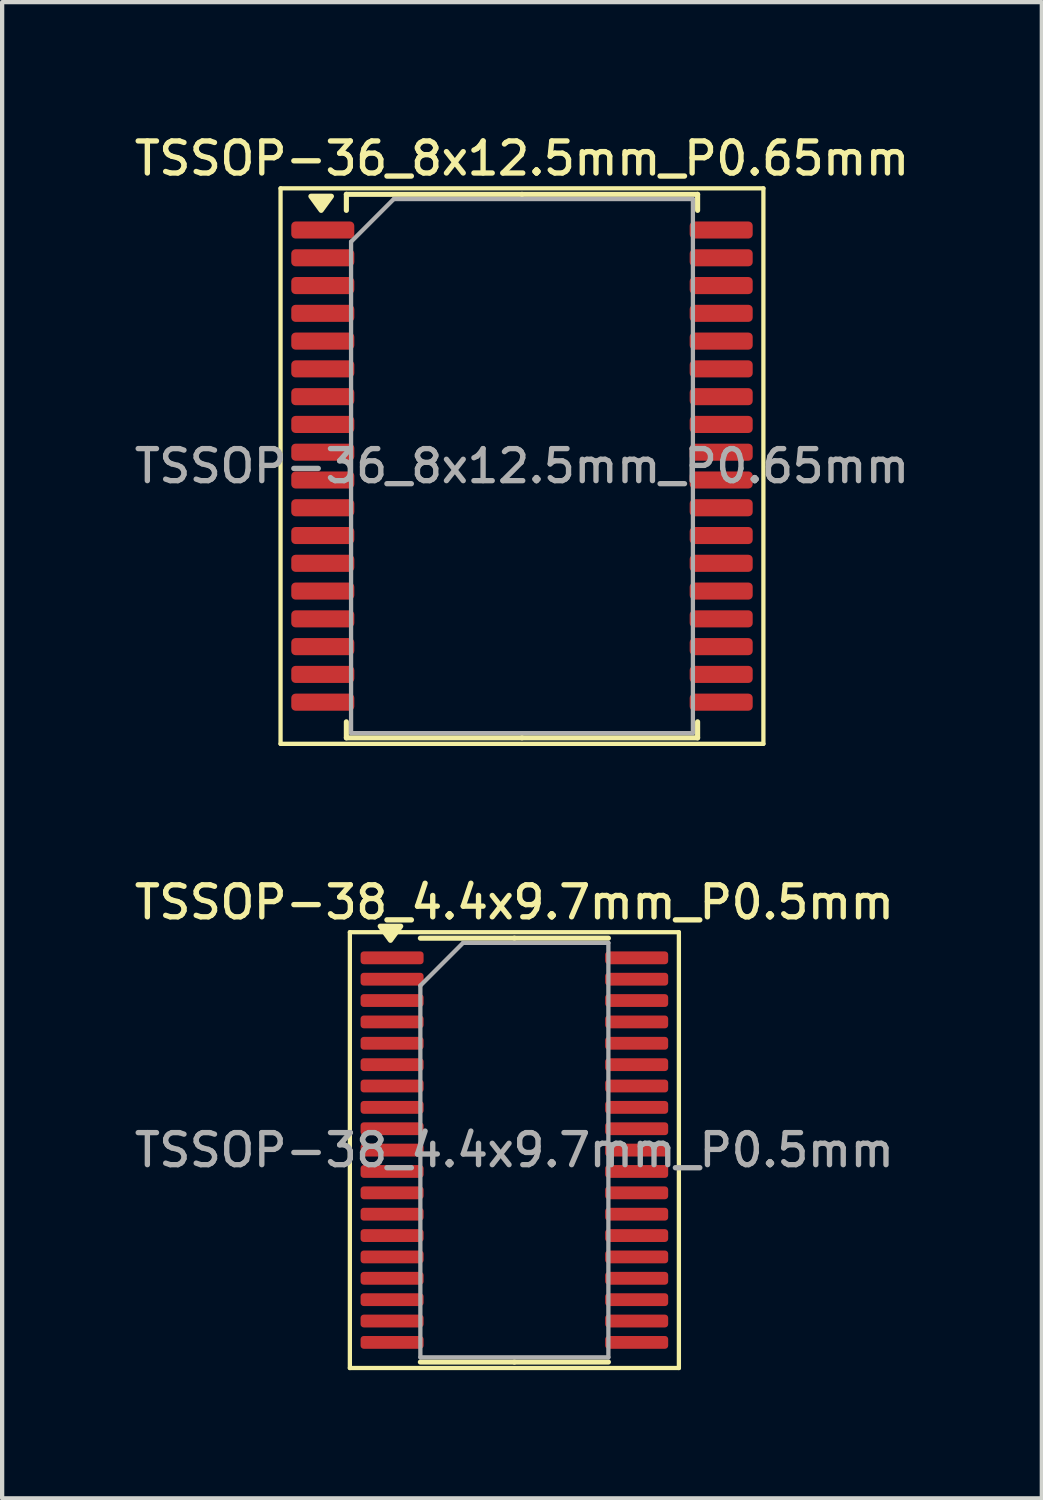
<source format=kicad_pcb>
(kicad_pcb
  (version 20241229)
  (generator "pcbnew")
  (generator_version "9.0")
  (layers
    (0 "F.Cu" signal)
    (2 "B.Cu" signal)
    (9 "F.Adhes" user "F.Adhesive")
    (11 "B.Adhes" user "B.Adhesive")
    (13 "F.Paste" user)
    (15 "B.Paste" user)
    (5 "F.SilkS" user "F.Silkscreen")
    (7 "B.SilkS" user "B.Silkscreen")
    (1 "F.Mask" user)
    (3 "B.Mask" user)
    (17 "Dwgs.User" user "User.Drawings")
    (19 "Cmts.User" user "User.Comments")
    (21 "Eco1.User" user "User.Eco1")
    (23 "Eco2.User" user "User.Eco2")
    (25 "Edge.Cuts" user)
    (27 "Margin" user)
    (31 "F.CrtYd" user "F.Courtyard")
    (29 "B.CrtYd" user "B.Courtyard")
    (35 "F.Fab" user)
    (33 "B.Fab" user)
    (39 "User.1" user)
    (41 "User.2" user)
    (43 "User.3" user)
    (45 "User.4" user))
  (footprint "TSSOP-38_4.4x9.7mm_P0.5mm"
    (layer "F.Cu")
    (at 8.988 23.866)
    (property "Reference" "TSSOP-38_4.4x9.7mm_P0.5mm" (at 0 -5.8 0) (layer "F.SilkS") (effects (font (size 0.75 0.75) (thickness 0.125))))
    (attr smd)
    (fp_line (start -3.85 -5.1) (end -3.85 5.1) (stroke (width 0.1) (type solid)) (layer "F.SilkS"))
    (fp_line (start -3.85 5.1) (end 3.85 5.1) (stroke (width 0.1) (type solid)) (layer "F.SilkS"))
    (fp_line (start 0 -4.96) (end -2.2 -4.96) (stroke (width 0.12) (type solid)) (layer "F.SilkS"))
    (fp_line (start 0 -4.96) (end 2.2 -4.96) (stroke (width 0.12) (type solid)) (layer "F.SilkS"))
    (fp_line (start 0 4.96) (end -2.2 4.96) (stroke (width 0.12) (type solid)) (layer "F.SilkS"))
    (fp_line (start 0 4.96) (end 2.2 4.96) (stroke (width 0.12) (type solid)) (layer "F.SilkS"))
    (fp_line (start 3.85 -5.1) (end -3.85 -5.1) (stroke (width 0.1) (type solid)) (layer "F.SilkS"))
    (fp_line (start 3.85 5.1) (end 3.85 -5.1) (stroke (width 0.1) (type solid)) (layer "F.SilkS"))
    (fp_poly (pts (xy -2.9 -4.91) (xy -3.14 -5.24) (xy -2.66 -5.24) (xy -2.9 -4.91)) (stroke (width 0.12) (type solid)) (fill yes) (layer "F.SilkS"))
    (fp_line (start -2.2 -3.85) (end -1.2 -4.85) (stroke (width 0.1) (type solid)) (layer "F.Fab"))
    (fp_line (start -2.2 4.85) (end -2.2 -3.85) (stroke (width 0.1) (type solid)) (layer "F.Fab"))
    (fp_line (start -1.2 -4.85) (end 2.2 -4.85) (stroke (width 0.1) (type solid)) (layer "F.Fab"))
    (fp_line (start 2.2 -4.85) (end 2.2 4.85) (stroke (width 0.1) (type solid)) (layer "F.Fab"))
    (fp_line (start 2.2 4.85) (end -2.2 4.85) (stroke (width 0.1) (type solid)) (layer "F.Fab"))
    (fp_text user "${REFERENCE}" (at 0 0 0) (layer "F.Fab") (effects (font (size 0.75 0.75) (thickness 0.125))))
    (pad "1" smd roundrect (at -2.862 -4.5) (size 1.475 0.3) (layers "F.Cu" "F.Mask" "F.Paste") (roundrect_rratio 0.25))
    (pad "2" smd roundrect (at -2.862 -4) (size 1.475 0.3) (layers "F.Cu" "F.Mask" "F.Paste") (roundrect_rratio 0.25))
    (pad "3" smd roundrect (at -2.862 -3.5) (size 1.475 0.3) (layers "F.Cu" "F.Mask" "F.Paste") (roundrect_rratio 0.25))
    (pad "4" smd roundrect (at -2.862 -3) (size 1.475 0.3) (layers "F.Cu" "F.Mask" "F.Paste") (roundrect_rratio 0.25))
    (pad "5" smd roundrect (at -2.862 -2.5) (size 1.475 0.3) (layers "F.Cu" "F.Mask" "F.Paste") (roundrect_rratio 0.25))
    (pad "6" smd roundrect (at -2.862 -2) (size 1.475 0.3) (layers "F.Cu" "F.Mask" "F.Paste") (roundrect_rratio 0.25))
    (pad "7" smd roundrect (at -2.862 -1.5) (size 1.475 0.3) (layers "F.Cu" "F.Mask" "F.Paste") (roundrect_rratio 0.25))
    (pad "8" smd roundrect (at -2.862 -1) (size 1.475 0.3) (layers "F.Cu" "F.Mask" "F.Paste") (roundrect_rratio 0.25))
    (pad "9" smd roundrect (at -2.862 -0.5) (size 1.475 0.3) (layers "F.Cu" "F.Mask" "F.Paste") (roundrect_rratio 0.25))
    (pad "10" smd roundrect (at -2.862 0) (size 1.475 0.3) (layers "F.Cu" "F.Mask" "F.Paste") (roundrect_rratio 0.25))
    (pad "11" smd roundrect (at -2.862 0.5) (size 1.475 0.3) (layers "F.Cu" "F.Mask" "F.Paste") (roundrect_rratio 0.25))
    (pad "12" smd roundrect (at -2.862 1) (size 1.475 0.3) (layers "F.Cu" "F.Mask" "F.Paste") (roundrect_rratio 0.25))
    (pad "13" smd roundrect (at -2.862 1.5) (size 1.475 0.3) (layers "F.Cu" "F.Mask" "F.Paste") (roundrect_rratio 0.25))
    (pad "14" smd roundrect (at -2.862 2) (size 1.475 0.3) (layers "F.Cu" "F.Mask" "F.Paste") (roundrect_rratio 0.25))
    (pad "15" smd roundrect (at -2.862 2.5) (size 1.475 0.3) (layers "F.Cu" "F.Mask" "F.Paste") (roundrect_rratio 0.25))
    (pad "16" smd roundrect (at -2.862 3) (size 1.475 0.3) (layers "F.Cu" "F.Mask" "F.Paste") (roundrect_rratio 0.25))
    (pad "17" smd roundrect (at -2.862 3.5) (size 1.475 0.3) (layers "F.Cu" "F.Mask" "F.Paste") (roundrect_rratio 0.25))
    (pad "18" smd roundrect (at -2.862 4) (size 1.475 0.3) (layers "F.Cu" "F.Mask" "F.Paste") (roundrect_rratio 0.25))
    (pad "19" smd roundrect (at -2.862 4.5) (size 1.475 0.3) (layers "F.Cu" "F.Mask" "F.Paste") (roundrect_rratio 0.25))
    (pad "20" smd roundrect (at 2.862 4.5) (size 1.475 0.3) (layers "F.Cu" "F.Mask" "F.Paste") (roundrect_rratio 0.25))
    (pad "21" smd roundrect (at 2.862 4) (size 1.475 0.3) (layers "F.Cu" "F.Mask" "F.Paste") (roundrect_rratio 0.25))
    (pad "22" smd roundrect (at 2.862 3.5) (size 1.475 0.3) (layers "F.Cu" "F.Mask" "F.Paste") (roundrect_rratio 0.25))
    (pad "23" smd roundrect (at 2.862 3) (size 1.475 0.3) (layers "F.Cu" "F.Mask" "F.Paste") (roundrect_rratio 0.25))
    (pad "24" smd roundrect (at 2.862 2.5) (size 1.475 0.3) (layers "F.Cu" "F.Mask" "F.Paste") (roundrect_rratio 0.25))
    (pad "25" smd roundrect (at 2.862 2) (size 1.475 0.3) (layers "F.Cu" "F.Mask" "F.Paste") (roundrect_rratio 0.25))
    (pad "26" smd roundrect (at 2.862 1.5) (size 1.475 0.3) (layers "F.Cu" "F.Mask" "F.Paste") (roundrect_rratio 0.25))
    (pad "27" smd roundrect (at 2.862 1) (size 1.475 0.3) (layers "F.Cu" "F.Mask" "F.Paste") (roundrect_rratio 0.25))
    (pad "28" smd roundrect (at 2.862 0.5) (size 1.475 0.3) (layers "F.Cu" "F.Mask" "F.Paste") (roundrect_rratio 0.25))
    (pad "29" smd roundrect (at 2.862 0) (size 1.475 0.3) (layers "F.Cu" "F.Mask" "F.Paste") (roundrect_rratio 0.25))
    (pad "30" smd roundrect (at 2.862 -0.5) (size 1.475 0.3) (layers "F.Cu" "F.Mask" "F.Paste") (roundrect_rratio 0.25))
    (pad "31" smd roundrect (at 2.862 -1) (size 1.475 0.3) (layers "F.Cu" "F.Mask" "F.Paste") (roundrect_rratio 0.25))
    (pad "32" smd roundrect (at 2.862 -1.5) (size 1.475 0.3) (layers "F.Cu" "F.Mask" "F.Paste") (roundrect_rratio 0.25))
    (pad "33" smd roundrect (at 2.862 -2) (size 1.475 0.3) (layers "F.Cu" "F.Mask" "F.Paste") (roundrect_rratio 0.25))
    (pad "34" smd roundrect (at 2.862 -2.5) (size 1.475 0.3) (layers "F.Cu" "F.Mask" "F.Paste") (roundrect_rratio 0.25))
    (pad "35" smd roundrect (at 2.862 -3) (size 1.475 0.3) (layers "F.Cu" "F.Mask" "F.Paste") (roundrect_rratio 0.25))
    (pad "36" smd roundrect (at 2.862 -3.5) (size 1.475 0.3) (layers "F.Cu" "F.Mask" "F.Paste") (roundrect_rratio 0.25))
    (pad "37" smd roundrect (at 2.862 -4) (size 1.475 0.3) (layers "F.Cu" "F.Mask" "F.Paste") (roundrect_rratio 0.25))
    (pad "38" smd roundrect (at 2.862 -4.5) (size 1.475 0.3) (layers "F.Cu" "F.Mask" "F.Paste") (roundrect_rratio 0.25)))
  (footprint "TSSOP-36_8x12.5mm_P0.65mm"
    (layer "F.Cu")
    (at 9.166 7.858)
    (property "Reference" "TSSOP-36_8x12.5mm_P0.65mm" (at 0 -7.2 0) (layer "F.SilkS") (effects (font (size 0.75 0.75) (thickness 0.125))))
    (attr smd)
    (fp_line (start -5.65 -6.5) (end -5.65 6.5) (stroke (width 0.1) (type solid)) (layer "F.SilkS"))
    (fp_line (start -5.65 6.5) (end 5.65 6.5) (stroke (width 0.1) (type solid)) (layer "F.SilkS"))
    (fp_line (start -4.11 -6.36) (end -4.11 -5.985) (stroke (width 0.12) (type solid)) (layer "F.SilkS"))
    (fp_line (start -4.11 6.36) (end -4.11 5.985) (stroke (width 0.12) (type solid)) (layer "F.SilkS"))
    (fp_line (start 0 -6.36) (end -4.11 -6.36) (stroke (width 0.12) (type solid)) (layer "F.SilkS"))
    (fp_line (start 0 -6.36) (end 4.11 -6.36) (stroke (width 0.12) (type solid)) (layer "F.SilkS"))
    (fp_line (start 0 6.36) (end -4.11 6.36) (stroke (width 0.12) (type solid)) (layer "F.SilkS"))
    (fp_line (start 0 6.36) (end 4.11 6.36) (stroke (width 0.12) (type solid)) (layer "F.SilkS"))
    (fp_line (start 4.11 -6.36) (end 4.11 -5.985) (stroke (width 0.12) (type solid)) (layer "F.SilkS"))
    (fp_line (start 4.11 6.36) (end 4.11 5.985) (stroke (width 0.12) (type solid)) (layer "F.SilkS"))
    (fp_line (start 5.65 -6.5) (end -5.65 -6.5) (stroke (width 0.1) (type solid)) (layer "F.SilkS"))
    (fp_line (start 5.65 6.5) (end 5.65 -6.5) (stroke (width 0.1) (type solid)) (layer "F.SilkS"))
    (fp_poly (pts (xy -4.7 -5.985) (xy -4.94 -6.315) (xy -4.46 -6.315) (xy -4.7 -5.985)) (stroke (width 0.12) (type solid)) (fill yes) (layer "F.SilkS"))
    (fp_line (start -4 -5.25) (end -3 -6.25) (stroke (width 0.1) (type solid)) (layer "F.Fab"))
    (fp_line (start -4 6.25) (end -4 -5.25) (stroke (width 0.1) (type solid)) (layer "F.Fab"))
    (fp_line (start -3 -6.25) (end 4 -6.25) (stroke (width 0.1) (type solid)) (layer "F.Fab"))
    (fp_line (start 4 -6.25) (end 4 6.25) (stroke (width 0.1) (type solid)) (layer "F.Fab"))
    (fp_line (start 4 6.25) (end -4 6.25) (stroke (width 0.1) (type solid)) (layer "F.Fab"))
    (fp_text user "${REFERENCE}" (at 0 0 0) (layer "F.Fab") (effects (font (size 0.75 0.75) (thickness 0.125))))
    (pad "1" smd roundrect (at -4.662 -5.525) (size 1.475 0.4) (layers "F.Cu" "F.Mask" "F.Paste") (roundrect_rratio 0.25))
    (pad "2" smd roundrect (at -4.662 -4.875) (size 1.475 0.4) (layers "F.Cu" "F.Mask" "F.Paste") (roundrect_rratio 0.25))
    (pad "3" smd roundrect (at -4.662 -4.225) (size 1.475 0.4) (layers "F.Cu" "F.Mask" "F.Paste") (roundrect_rratio 0.25))
    (pad "4" smd roundrect (at -4.662 -3.575) (size 1.475 0.4) (layers "F.Cu" "F.Mask" "F.Paste") (roundrect_rratio 0.25))
    (pad "5" smd roundrect (at -4.662 -2.925) (size 1.475 0.4) (layers "F.Cu" "F.Mask" "F.Paste") (roundrect_rratio 0.25))
    (pad "6" smd roundrect (at -4.662 -2.275) (size 1.475 0.4) (layers "F.Cu" "F.Mask" "F.Paste") (roundrect_rratio 0.25))
    (pad "7" smd roundrect (at -4.662 -1.625) (size 1.475 0.4) (layers "F.Cu" "F.Mask" "F.Paste") (roundrect_rratio 0.25))
    (pad "8" smd roundrect (at -4.662 -0.975) (size 1.475 0.4) (layers "F.Cu" "F.Mask" "F.Paste") (roundrect_rratio 0.25))
    (pad "9" smd roundrect (at -4.662 -0.325) (size 1.475 0.4) (layers "F.Cu" "F.Mask" "F.Paste") (roundrect_rratio 0.25))
    (pad "10" smd roundrect (at -4.662 0.325) (size 1.475 0.4) (layers "F.Cu" "F.Mask" "F.Paste") (roundrect_rratio 0.25))
    (pad "11" smd roundrect (at -4.662 0.975) (size 1.475 0.4) (layers "F.Cu" "F.Mask" "F.Paste") (roundrect_rratio 0.25))
    (pad "12" smd roundrect (at -4.662 1.625) (size 1.475 0.4) (layers "F.Cu" "F.Mask" "F.Paste") (roundrect_rratio 0.25))
    (pad "13" smd roundrect (at -4.662 2.275) (size 1.475 0.4) (layers "F.Cu" "F.Mask" "F.Paste") (roundrect_rratio 0.25))
    (pad "14" smd roundrect (at -4.662 2.925) (size 1.475 0.4) (layers "F.Cu" "F.Mask" "F.Paste") (roundrect_rratio 0.25))
    (pad "15" smd roundrect (at -4.662 3.575) (size 1.475 0.4) (layers "F.Cu" "F.Mask" "F.Paste") (roundrect_rratio 0.25))
    (pad "16" smd roundrect (at -4.662 4.225) (size 1.475 0.4) (layers "F.Cu" "F.Mask" "F.Paste") (roundrect_rratio 0.25))
    (pad "17" smd roundrect (at -4.662 4.875) (size 1.475 0.4) (layers "F.Cu" "F.Mask" "F.Paste") (roundrect_rratio 0.25))
    (pad "18" smd roundrect (at -4.662 5.525) (size 1.475 0.4) (layers "F.Cu" "F.Mask" "F.Paste") (roundrect_rratio 0.25))
    (pad "19" smd roundrect (at 4.662 5.525) (size 1.475 0.4) (layers "F.Cu" "F.Mask" "F.Paste") (roundrect_rratio 0.25))
    (pad "20" smd roundrect (at 4.662 4.875) (size 1.475 0.4) (layers "F.Cu" "F.Mask" "F.Paste") (roundrect_rratio 0.25))
    (pad "21" smd roundrect (at 4.662 4.225) (size 1.475 0.4) (layers "F.Cu" "F.Mask" "F.Paste") (roundrect_rratio 0.25))
    (pad "22" smd roundrect (at 4.662 3.575) (size 1.475 0.4) (layers "F.Cu" "F.Mask" "F.Paste") (roundrect_rratio 0.25))
    (pad "23" smd roundrect (at 4.662 2.925) (size 1.475 0.4) (layers "F.Cu" "F.Mask" "F.Paste") (roundrect_rratio 0.25))
    (pad "24" smd roundrect (at 4.662 2.275) (size 1.475 0.4) (layers "F.Cu" "F.Mask" "F.Paste") (roundrect_rratio 0.25))
    (pad "25" smd roundrect (at 4.662 1.625) (size 1.475 0.4) (layers "F.Cu" "F.Mask" "F.Paste") (roundrect_rratio 0.25))
    (pad "26" smd roundrect (at 4.662 0.975) (size 1.475 0.4) (layers "F.Cu" "F.Mask" "F.Paste") (roundrect_rratio 0.25))
    (pad "27" smd roundrect (at 4.662 0.325) (size 1.475 0.4) (layers "F.Cu" "F.Mask" "F.Paste") (roundrect_rratio 0.25))
    (pad "28" smd roundrect (at 4.662 -0.325) (size 1.475 0.4) (layers "F.Cu" "F.Mask" "F.Paste") (roundrect_rratio 0.25))
    (pad "29" smd roundrect (at 4.662 -0.975) (size 1.475 0.4) (layers "F.Cu" "F.Mask" "F.Paste") (roundrect_rratio 0.25))
    (pad "30" smd roundrect (at 4.662 -1.625) (size 1.475 0.4) (layers "F.Cu" "F.Mask" "F.Paste") (roundrect_rratio 0.25))
    (pad "31" smd roundrect (at 4.662 -2.275) (size 1.475 0.4) (layers "F.Cu" "F.Mask" "F.Paste") (roundrect_rratio 0.25))
    (pad "32" smd roundrect (at 4.662 -2.925) (size 1.475 0.4) (layers "F.Cu" "F.Mask" "F.Paste") (roundrect_rratio 0.25))
    (pad "33" smd roundrect (at 4.662 -3.575) (size 1.475 0.4) (layers "F.Cu" "F.Mask" "F.Paste") (roundrect_rratio 0.25))
    (pad "34" smd roundrect (at 4.662 -4.225) (size 1.475 0.4) (layers "F.Cu" "F.Mask" "F.Paste") (roundrect_rratio 0.25))
    (pad "35" smd roundrect (at 4.662 -4.875) (size 1.475 0.4) (layers "F.Cu" "F.Mask" "F.Paste") (roundrect_rratio 0.25))
    (pad "36" smd roundrect (at 4.662 -5.525) (size 1.475 0.4) (layers "F.Cu" "F.Mask" "F.Paste") (roundrect_rratio 0.25)))
  (gr_rect
    (start -3 -3)
    (end 21.332 32.016)
    (stroke (width 0.1) (type default))
    (fill no)
    (layer "Edge.Cuts")))
</source>
